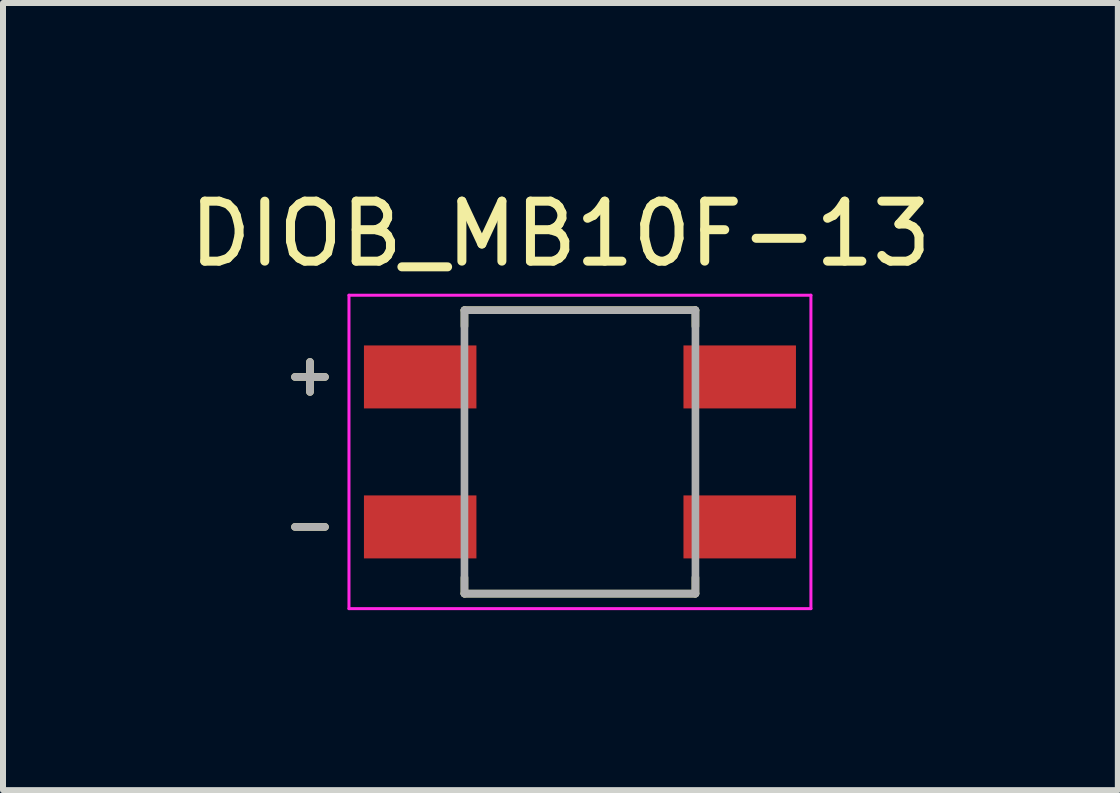
<source format=kicad_pcb>
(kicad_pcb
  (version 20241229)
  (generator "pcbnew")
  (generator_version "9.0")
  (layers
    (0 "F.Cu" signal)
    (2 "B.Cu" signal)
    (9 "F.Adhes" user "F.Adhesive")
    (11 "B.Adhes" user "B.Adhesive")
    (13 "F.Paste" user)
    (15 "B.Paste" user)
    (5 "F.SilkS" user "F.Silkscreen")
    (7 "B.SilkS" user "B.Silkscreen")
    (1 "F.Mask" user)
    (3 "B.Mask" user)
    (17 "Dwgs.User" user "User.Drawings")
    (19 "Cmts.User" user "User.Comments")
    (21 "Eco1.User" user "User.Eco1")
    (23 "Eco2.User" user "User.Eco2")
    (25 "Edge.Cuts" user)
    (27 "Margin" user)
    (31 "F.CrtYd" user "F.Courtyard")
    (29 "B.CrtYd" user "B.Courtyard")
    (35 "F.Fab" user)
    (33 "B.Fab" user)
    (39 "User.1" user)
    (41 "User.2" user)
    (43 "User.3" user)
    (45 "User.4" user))
  (footprint "DIOB_MB10F-13"
    (layer "F.Cu")
    (at 6.617 4.483)
    (property "Reference" "DIOB_MB10F-13" (at -0.325 -3.635 0) (layer "F.SilkS") (effects (font (size 1 1) (thickness 0.15))))
    (attr smd)
    (fp_line (start -4.75 -1.25) (end -4.25 -1.25) (stroke (width 0.127) (type solid)) (layer "F.SilkS"))
    (fp_line (start -4.75 1.25) (end -4.25 1.25) (stroke (width 0.127) (type solid)) (layer "F.SilkS"))
    (fp_line (start -4.5 -1.5) (end -4.5 -1) (stroke (width 0.127) (type solid)) (layer "F.SilkS"))
    (fp_line (start -1.925 -2.362) (end -1.925 -2.095) (stroke (width 0.127) (type solid)) (layer "F.SilkS"))
    (fp_line (start -1.925 2.095) (end -1.925 2.362) (stroke (width 0.127) (type solid)) (layer "F.SilkS"))
    (fp_line (start -1.925 2.362) (end 1.925 2.362) (stroke (width 0.127) (type solid)) (layer "F.SilkS"))
    (fp_line (start 1.925 -2.362) (end -1.925 -2.362) (stroke (width 0.127) (type solid)) (layer "F.SilkS"))
    (fp_line (start 1.925 -2.095) (end 1.925 -2.362) (stroke (width 0.127) (type solid)) (layer "F.SilkS"))
    (fp_line (start 1.925 2.362) (end 1.925 2.095) (stroke (width 0.127) (type solid)) (layer "F.SilkS"))
    (fp_line (start -3.85 2.612) (end -3.85 -2.612) (stroke (width 0.05) (type solid)) (layer "F.CrtYd"))
    (fp_line (start 3.85 -2.612) (end -3.85 -2.612) (stroke (width 0.05) (type solid)) (layer "F.CrtYd"))
    (fp_line (start 3.85 2.612) (end -3.85 2.612) (stroke (width 0.05) (type solid)) (layer "F.CrtYd"))
    (fp_line (start 3.85 2.612) (end 3.85 -2.612) (stroke (width 0.05) (type solid)) (layer "F.CrtYd"))
    (fp_line (start -4.75 -1.25) (end -4.25 -1.25) (stroke (width 0.127) (type solid)) (layer "F.Fab"))
    (fp_line (start -4.75 1.25) (end -4.25 1.25) (stroke (width 0.127) (type solid)) (layer "F.Fab"))
    (fp_line (start -4.5 -1.5) (end -4.5 -1) (stroke (width 0.127) (type solid)) (layer "F.Fab"))
    (fp_line (start -1.925 2.362) (end -1.925 -2.362) (stroke (width 0.127) (type solid)) (layer "F.Fab"))
    (fp_line (start 1.925 -2.362) (end -1.925 -2.362) (stroke (width 0.127) (type solid)) (layer "F.Fab"))
    (fp_line (start 1.925 2.362) (end -1.925 2.362) (stroke (width 0.127) (type solid)) (layer "F.Fab"))
    (fp_line (start 1.925 2.362) (end 1.925 -2.362) (stroke (width 0.127) (type solid)) (layer "F.Fab"))
    (pad "1" smd rect (at -2.663 -1.25) (size 1.875 1.05) (layers "F.Cu" "F.Mask" "F.Paste"))
    (pad "2" smd rect (at 2.663 -1.25 180) (size 1.875 1.05) (layers "F.Cu" "F.Mask" "F.Paste"))
    (pad "3" smd rect (at -2.663 1.25) (size 1.875 1.05) (layers "F.Cu" "F.Mask" "F.Paste"))
    (pad "4" smd rect (at 2.663 1.25 180) (size 1.875 1.05) (layers "F.Cu" "F.Mask" "F.Paste")))
  (gr_rect
    (start -3 -3)
    (end 15.583 10.121)
    (stroke (width 0.1) (type default))
    (fill no)
    (layer "Edge.Cuts")))
</source>
